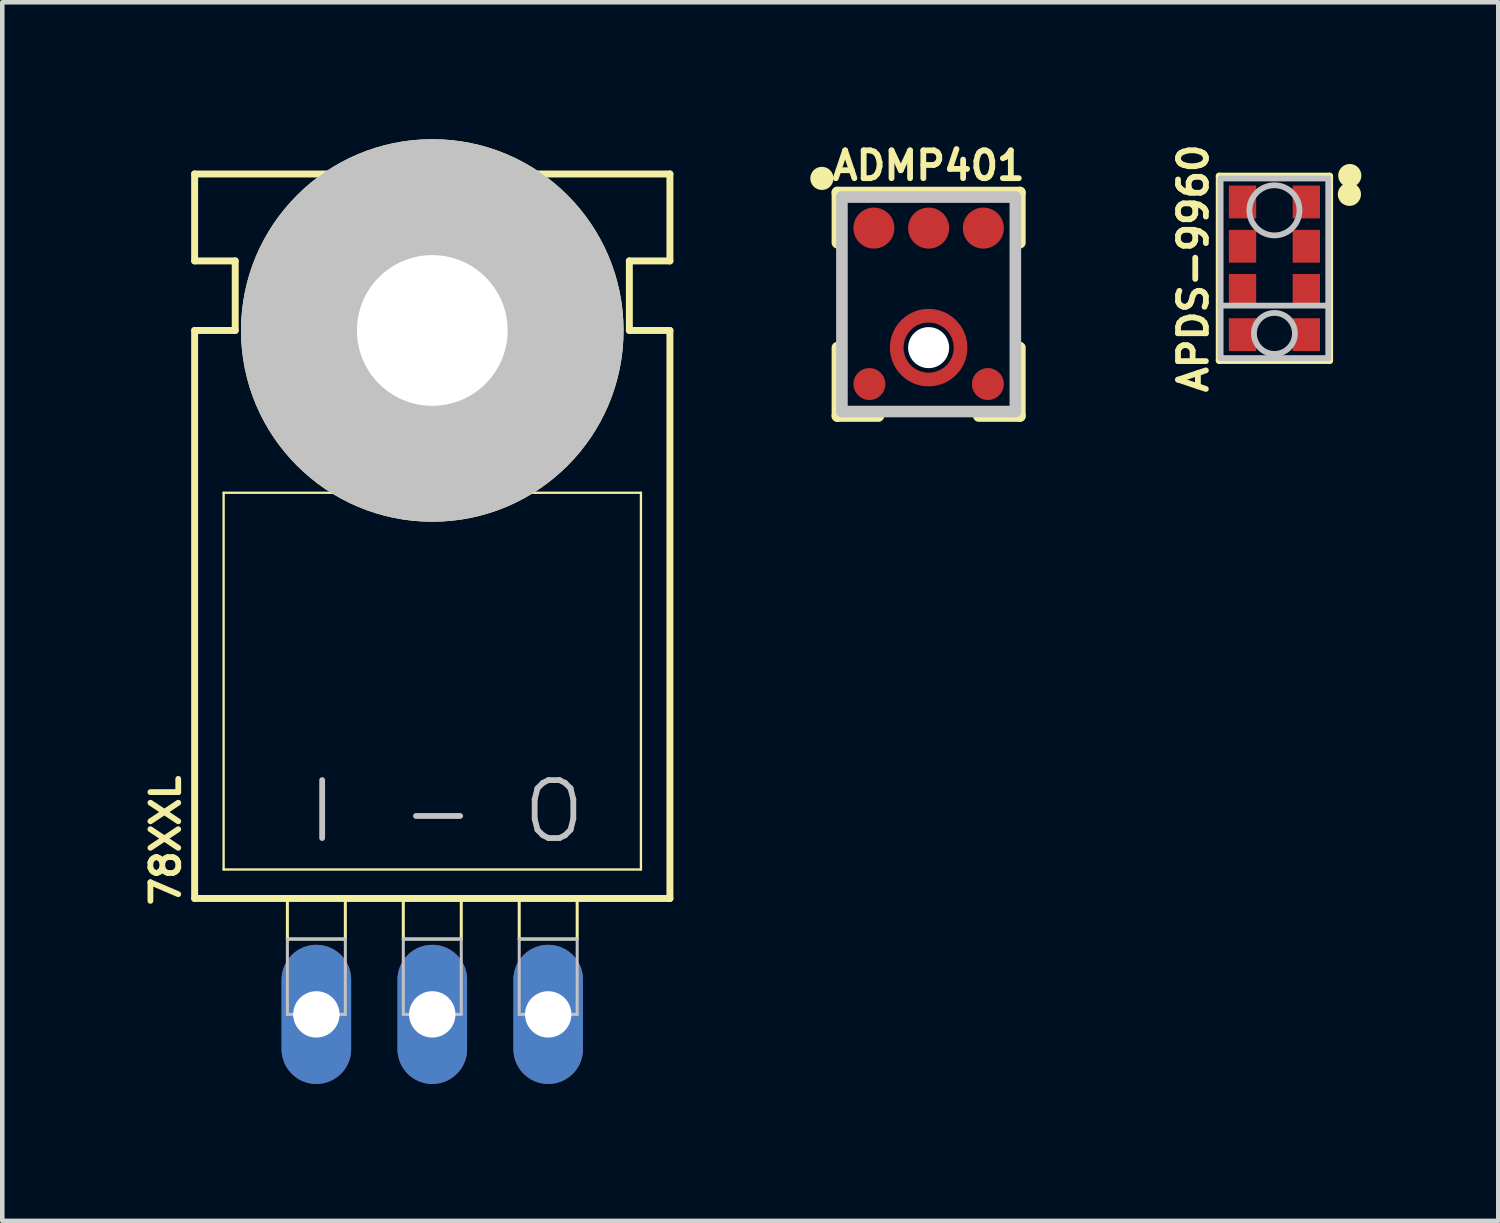
<source format=kicad_pcb>
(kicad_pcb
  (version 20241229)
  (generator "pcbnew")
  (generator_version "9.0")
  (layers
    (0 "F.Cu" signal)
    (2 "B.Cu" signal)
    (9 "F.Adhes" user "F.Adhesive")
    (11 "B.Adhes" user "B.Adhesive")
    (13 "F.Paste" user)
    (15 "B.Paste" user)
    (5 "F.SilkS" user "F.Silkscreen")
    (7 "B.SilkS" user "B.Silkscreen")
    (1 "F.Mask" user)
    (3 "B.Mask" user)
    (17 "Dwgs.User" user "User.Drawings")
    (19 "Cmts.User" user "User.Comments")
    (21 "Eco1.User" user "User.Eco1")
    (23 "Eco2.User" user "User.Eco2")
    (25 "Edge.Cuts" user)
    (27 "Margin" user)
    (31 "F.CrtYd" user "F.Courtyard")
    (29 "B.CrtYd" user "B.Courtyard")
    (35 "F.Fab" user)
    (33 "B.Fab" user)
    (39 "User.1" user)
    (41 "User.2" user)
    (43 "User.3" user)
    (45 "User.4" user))
  (footprint "78XXL"
    (layer "F.Cu")
    (at 6.422 15.367)
    (property "Reference" "78XXL" (at -5.842 0 90) (layer "F.SilkS") (effects (font (size 0.61 0.61) (thickness 0.127))))
    (attr exclude_from_pos_files exclude_from_bom)
    (fp_line (start -5.207 -12.7) (end -5.207 -14.605) (stroke (width 0.152) (type solid)) (layer "F.SilkS"))
    (fp_line (start -5.207 -11.176) (end -4.318 -11.176) (stroke (width 0.152) (type solid)) (layer "F.SilkS"))
    (fp_line (start -5.207 1.27) (end -5.207 -11.176) (stroke (width 0.152) (type solid)) (layer "F.SilkS"))
    (fp_line (start -5.207 1.27) (end 5.207 1.27) (stroke (width 0.152) (type solid)) (layer "F.SilkS"))
    (fp_line (start -4.572 0.635) (end -4.572 -7.62) (stroke (width 0.051) (type solid)) (layer "F.SilkS"))
    (fp_line (start -4.572 0.635) (end 4.572 0.635) (stroke (width 0.051) (type solid)) (layer "F.SilkS"))
    (fp_line (start -4.318 -12.7) (end -5.207 -12.7) (stroke (width 0.152) (type solid)) (layer "F.SilkS"))
    (fp_line (start -4.318 -11.176) (end -4.318 -12.7) (stroke (width 0.152) (type solid)) (layer "F.SilkS"))
    (fp_line (start -3.175 1.27) (end -1.905 1.27) (stroke (width 0.066) (type solid)) (layer "F.SilkS"))
    (fp_line (start -3.175 2.159) (end -3.175 1.27) (stroke (width 0.066) (type solid)) (layer "F.SilkS"))
    (fp_line (start -3.175 2.159) (end -1.905 2.159) (stroke (width 0.066) (type solid)) (layer "F.SilkS"))
    (fp_line (start -1.905 2.159) (end -1.905 1.27) (stroke (width 0.066) (type solid)) (layer "F.SilkS"))
    (fp_line (start -0.635 1.27) (end 0.635 1.27) (stroke (width 0.066) (type solid)) (layer "F.SilkS"))
    (fp_line (start -0.635 2.159) (end -0.635 1.27) (stroke (width 0.066) (type solid)) (layer "F.SilkS"))
    (fp_line (start -0.635 2.159) (end 0.635 2.159) (stroke (width 0.066) (type solid)) (layer "F.SilkS"))
    (fp_line (start 0.635 2.159) (end 0.635 1.27) (stroke (width 0.066) (type solid)) (layer "F.SilkS"))
    (fp_line (start 1.905 1.27) (end 3.175 1.27) (stroke (width 0.066) (type solid)) (layer "F.SilkS"))
    (fp_line (start 1.905 2.159) (end 1.905 1.27) (stroke (width 0.066) (type solid)) (layer "F.SilkS"))
    (fp_line (start 1.905 2.159) (end 3.175 2.159) (stroke (width 0.066) (type solid)) (layer "F.SilkS"))
    (fp_line (start 3.175 2.159) (end 3.175 1.27) (stroke (width 0.066) (type solid)) (layer "F.SilkS"))
    (fp_line (start 4.318 -12.7) (end 5.207 -12.7) (stroke (width 0.152) (type solid)) (layer "F.SilkS"))
    (fp_line (start 4.318 -11.176) (end 4.318 -12.7) (stroke (width 0.152) (type solid)) (layer "F.SilkS"))
    (fp_line (start 4.572 -7.62) (end -4.572 -7.62) (stroke (width 0.051) (type solid)) (layer "F.SilkS"))
    (fp_line (start 4.572 -7.62) (end 4.572 0.635) (stroke (width 0.051) (type solid)) (layer "F.SilkS"))
    (fp_line (start 5.207 -14.605) (end -5.207 -14.605) (stroke (width 0.152) (type solid)) (layer "F.SilkS"))
    (fp_line (start 5.207 -12.7) (end 5.207 -14.605) (stroke (width 0.152) (type solid)) (layer "F.SilkS"))
    (fp_line (start 5.207 -11.176) (end 4.318 -11.176) (stroke (width 0.152) (type solid)) (layer "F.SilkS"))
    (fp_line (start 5.207 1.27) (end 5.207 -11.176) (stroke (width 0.152) (type solid)) (layer "F.SilkS"))
    (fp_circle (center 0 -11.176) (end 0 -15.367) (stroke (width 0) (type solid)) (fill yes) (layer "F.SilkS"))
    (fp_circle (center 0 -11.176) (end 0 -12.977) (stroke (width 0.152) (type solid)) (fill no) (layer "F.SilkS"))
    (fp_line (start -3.175 2.159) (end -1.905 2.159) (stroke (width 0.066) (type solid)) (layer "Dwgs.User"))
    (fp_line (start -3.175 3.81) (end -3.175 2.159) (stroke (width 0.066) (type solid)) (layer "Dwgs.User"))
    (fp_line (start -3.175 3.81) (end -1.905 3.81) (stroke (width 0.066) (type solid)) (layer "Dwgs.User"))
    (fp_line (start -1.905 3.81) (end -1.905 2.159) (stroke (width 0.066) (type solid)) (layer "Dwgs.User"))
    (fp_line (start -0.635 2.159) (end 0.635 2.159) (stroke (width 0.066) (type solid)) (layer "Dwgs.User"))
    (fp_line (start -0.635 3.81) (end -0.635 2.159) (stroke (width 0.066) (type solid)) (layer "Dwgs.User"))
    (fp_line (start -0.635 3.81) (end 0.635 3.81) (stroke (width 0.066) (type solid)) (layer "Dwgs.User"))
    (fp_line (start 0.635 3.81) (end 0.635 2.159) (stroke (width 0.066) (type solid)) (layer "Dwgs.User"))
    (fp_line (start 1.905 2.159) (end 3.175 2.159) (stroke (width 0.066) (type solid)) (layer "Dwgs.User"))
    (fp_line (start 1.905 3.81) (end 1.905 2.159) (stroke (width 0.066) (type solid)) (layer "Dwgs.User"))
    (fp_line (start 1.905 3.81) (end 3.175 3.81) (stroke (width 0.066) (type solid)) (layer "Dwgs.User"))
    (fp_line (start 3.175 3.81) (end 3.175 2.159) (stroke (width 0.066) (type solid)) (layer "Dwgs.User"))
    (fp_circle (center 0 -11.176) (end 0 -15.367) (stroke (width 0) (type solid)) (fill yes) (layer "Dwgs.User"))
    (fp_text user "A15,2mm" (at 0 -8.636 0) (layer "F.SilkS") (effects (font (size 0.61 0.61) (thickness 0.127))))
    (fp_text user "O" (at 2.667 -0.635 0) (layer "Dwgs.User") (effects (font (size 1.27 1.27) (thickness 0.127))))
    (fp_text user "-" (at 0.127 -0.635 0) (layer "Dwgs.User") (effects (font (size 1.27 1.27) (thickness 0.127))))
    (fp_text user "I" (at -2.413 -0.635 0) (layer "Dwgs.User") (effects (font (size 1.27 1.27) (thickness 0.127))))
    (pad "" np_thru_hole circle (at 0 -11.176) (size 3.302 3.302) (drill 3.302) (layers "*.Cu" "*.Mask"))
    (pad "GND" thru_hole oval (at 0 3.81 180) (size 1.524 3.048) (drill 1.016) (layers "*.Cu" "*.Mask"))
    (pad "IN" thru_hole oval (at -2.54 3.81 180) (size 1.524 3.048) (drill 1.016) (layers "*.Cu" "*.Mask"))
    (pad "OUT" thru_hole oval (at 2.54 3.81 180) (size 1.524 3.048) (drill 1.016) (layers "*.Cu" "*.Mask")))
  (footprint "ADMP401"
    (layer "F.Cu")
    (at 17.298 4.567)
    (property "Reference" "ADMP401" (at 0 -3.988 0) (layer "F.SilkS") (effects (font (size 0.61 0.61) (thickness 0.127))))
    (attr smd)
    (fp_circle (center 0 0) (end 0 -0.699) (stroke (width 0.3) (type solid)) (fill no) (layer "F.Cu"))
    (fp_circle (center 0 0) (end 0 -0.699) (stroke (width 0.498) (type solid)) (fill no) (layer "F.Mask"))
    (fp_line (start -1.999 -3.399) (end 1.999 -3.399) (stroke (width 0.254) (type solid)) (layer "F.SilkS"))
    (fp_line (start -1.999 -2.299) (end -1.999 -3.399) (stroke (width 0.254) (type solid)) (layer "F.SilkS"))
    (fp_line (start -1.999 0) (end -1.999 1.499) (stroke (width 0.254) (type solid)) (layer "F.SilkS"))
    (fp_line (start -1.999 1.499) (end -1.1 1.499) (stroke (width 0.254) (type solid)) (layer "F.SilkS"))
    (fp_line (start 1.1 1.499) (end 1.999 1.499) (stroke (width 0.254) (type solid)) (layer "F.SilkS"))
    (fp_line (start 1.999 -3.399) (end 1.999 -2.299) (stroke (width 0.254) (type solid)) (layer "F.SilkS"))
    (fp_line (start 1.999 1.499) (end 1.999 0) (stroke (width 0.254) (type solid)) (layer "F.SilkS"))
    (fp_circle (center -2.339 -3.708) (end -2.339 -3.962) (stroke (width 0) (type solid)) (fill yes) (layer "F.SilkS"))
    (fp_arc (start -0.6731 -0.18288) (mid -0.492707 -0.491859) (end -0.186743 -0.677319) (stroke (width 0.29972) (type solid)) (layer "F.Paste"))
    (fp_arc (start -0.18288 0.6731) (mid -0.491859 0.492707) (end -0.677319 0.186743) (stroke (width 0.29972) (type solid)) (layer "F.Paste"))
    (fp_arc (start 0.18288 -0.6731) (mid 0.491859 -0.492707) (end 0.677319 -0.186743) (stroke (width 0.29972) (type solid)) (layer "F.Paste"))
    (fp_arc (start 0.6731 0.18288) (mid 0.492707 0.491859) (end 0.186743 0.677319) (stroke (width 0.29972) (type solid)) (layer "F.Paste"))
    (fp_line (start -1.9 -3.299) (end -1.9 1.4) (stroke (width 0.254) (type solid)) (layer "Dwgs.User"))
    (fp_line (start -1.9 1.4) (end 1.9 1.4) (stroke (width 0.254) (type solid)) (layer "Dwgs.User"))
    (fp_line (start 1.9 -3.299) (end -1.9 -3.299) (stroke (width 0.254) (type solid)) (layer "Dwgs.User"))
    (fp_line (start 1.9 1.4) (end 1.9 -3.299) (stroke (width 0.254) (type solid)) (layer "Dwgs.User"))
    (pad "" np_thru_hole circle (at 0 0) (size 0.899 0.899) (drill 0.899) (layers "*.Cu" "*.Mask"))
    (pad "1" smd circle (at -1.199 -2.619) (size 0.899 0.899) (layers "F.Cu" "F.Mask" "F.Paste"))
    (pad "2" smd circle (at 1.298 0.798) (size 0.699 0.699) (layers "F.Cu" "F.Mask" "F.Paste"))
    (pad "4" smd circle (at -1.298 0.798) (size 0.699 0.699) (layers "F.Cu" "F.Mask" "F.Paste"))
    (pad "5" smd circle (at 1.199 -2.619) (size 0.899 0.899) (layers "F.Cu" "F.Mask" "F.Paste"))
    (pad "6" smd circle (at 0 -2.619) (size 0.899 0.899) (layers "F.Cu" "F.Mask" "F.Paste")))
  (footprint "APDS-9960"
    (layer "F.Cu")
    (at 24.875 2.829)
    (property "Reference" "APDS-9960" (at -1.778 0 90) (layer "F.SilkS") (effects (font (size 0.61 0.61) (thickness 0.127))))
    (attr smd)
    (fp_line (start -1.209 -2.019) (end -1.209 2.019) (stroke (width 0.152) (type solid)) (layer "F.SilkS"))
    (fp_line (start -1.209 -2.019) (end 1.209 -2.019) (stroke (width 0.152) (type solid)) (layer "F.SilkS"))
    (fp_line (start -1.209 2.019) (end 1.209 2.019) (stroke (width 0.152) (type solid)) (layer "F.SilkS"))
    (fp_line (start 1.209 -2.019) (end 1.209 2.019) (stroke (width 0.152) (type solid)) (layer "F.SilkS"))
    (fp_circle (center 1.643 -1.621) (end 1.643 -1.875) (stroke (width 0) (type solid)) (fill yes) (layer "F.SilkS"))
    (fp_circle (center 1.651 -2.032) (end 1.778 -2.032) (stroke (width 0.254) (type solid)) (fill no) (layer "F.SilkS"))
    (fp_line (start -1.179 -1.968) (end -1.179 0.818) (stroke (width 0.127) (type solid)) (layer "Dwgs.User"))
    (fp_line (start -1.179 -1.968) (end 1.179 -1.968) (stroke (width 0.127) (type solid)) (layer "Dwgs.User"))
    (fp_line (start -1.179 0.818) (end -1.179 1.968) (stroke (width 0.127) (type solid)) (layer "Dwgs.User"))
    (fp_line (start -1.179 0.818) (end 1.179 0.818) (stroke (width 0.127) (type solid)) (layer "Dwgs.User"))
    (fp_line (start -1.179 1.968) (end 1.179 1.968) (stroke (width 0.127) (type solid)) (layer "Dwgs.User"))
    (fp_line (start 1.179 -1.968) (end 1.179 0.818) (stroke (width 0.127) (type solid)) (layer "Dwgs.User"))
    (fp_line (start 1.179 0.818) (end 1.179 1.968) (stroke (width 0.127) (type solid)) (layer "Dwgs.User"))
    (fp_circle (center 0 -1.27) (end 0 -1.819) (stroke (width 0.127) (type solid)) (fill no) (layer "Dwgs.User"))
    (fp_circle (center 0 1.427) (end 0 0.978) (stroke (width 0.127) (type solid)) (fill no) (layer "Dwgs.User"))
    (pad "1" smd rect (at 0.699 -1.453) (size 0.599 0.719) (layers "F.Cu" "F.Mask" "F.Paste"))
    (pad "2" smd rect (at 0.699 -0.483) (size 0.599 0.719) (layers "F.Cu" "F.Mask" "F.Paste"))
    (pad "3" smd rect (at 0.699 0.483) (size 0.599 0.719) (layers "F.Cu" "F.Mask" "F.Paste"))
    (pad "4" smd rect (at 0.699 1.453) (size 0.599 0.719) (layers "F.Cu" "F.Mask" "F.Paste"))
    (pad "5" smd rect (at -0.699 1.453) (size 0.599 0.719) (layers "F.Cu" "F.Mask" "F.Paste"))
    (pad "6" smd rect (at -0.699 0.483) (size 0.599 0.719) (layers "F.Cu" "F.Mask" "F.Paste"))
    (pad "7" smd rect (at -0.699 -0.483) (size 0.599 0.719) (layers "F.Cu" "F.Mask" "F.Paste"))
    (pad "8" smd rect (at -0.699 -1.453) (size 0.599 0.719) (layers "F.Cu" "F.Mask" "F.Paste")))
  (gr_rect
    (start -3 -3)
    (end 29.78 23.701)
    (stroke (width 0.1) (type default))
    (fill no)
    (layer "Edge.Cuts")))
</source>
